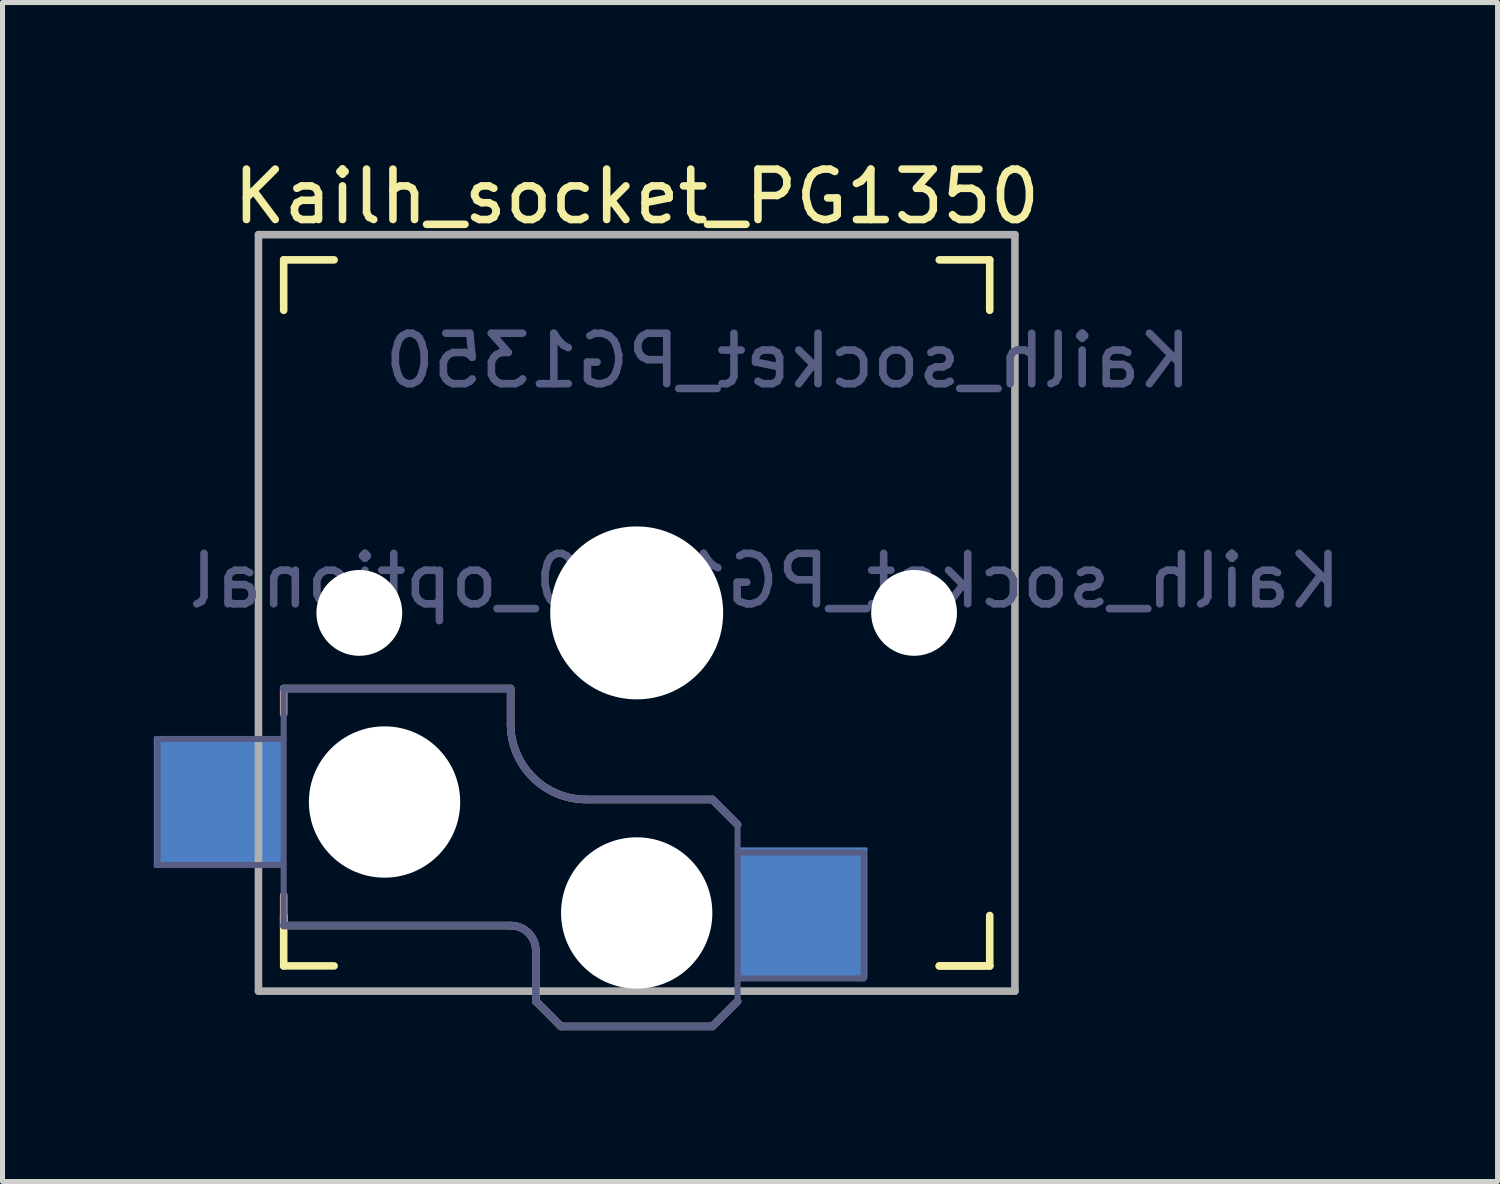
<source format=kicad_pcb>
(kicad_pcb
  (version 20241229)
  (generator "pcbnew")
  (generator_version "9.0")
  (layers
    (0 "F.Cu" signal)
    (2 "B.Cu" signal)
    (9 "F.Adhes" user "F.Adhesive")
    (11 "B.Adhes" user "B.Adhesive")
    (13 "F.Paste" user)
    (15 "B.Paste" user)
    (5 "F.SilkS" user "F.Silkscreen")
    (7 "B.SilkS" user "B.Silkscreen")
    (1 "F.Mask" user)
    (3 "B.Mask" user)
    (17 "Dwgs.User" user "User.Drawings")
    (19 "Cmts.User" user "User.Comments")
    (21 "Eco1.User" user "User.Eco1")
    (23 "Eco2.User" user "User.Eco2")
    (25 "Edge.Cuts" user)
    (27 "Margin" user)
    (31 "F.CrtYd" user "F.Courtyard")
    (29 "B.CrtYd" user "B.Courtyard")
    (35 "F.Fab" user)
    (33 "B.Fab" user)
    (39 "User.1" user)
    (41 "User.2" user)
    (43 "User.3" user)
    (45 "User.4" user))
  (footprint "Kailh_socket_PG1350"
    (layer "F.Cu")
    (at 9.575 9.103)
    (property "Reference" "Kailh_socket_PG1350" (at 0 -8.255 180) (layer "F.SilkS") (effects (font (size 1 1) (thickness 0.15))))
    (property "Value" "Kailh_socket_PG1350_optional" (at 0 8.25 180) (layer "F.Fab") (hide yes) (effects (font (size 1 1) (thickness 0.15))))
    (attr smd)
    (fp_line (start -7 -6) (end -7 -7) (stroke (width 0.15) (type solid)) (layer "F.SilkS"))
    (fp_line (start -7 7) (end -7 6) (stroke (width 0.15) (type solid)) (layer "F.SilkS"))
    (fp_line (start -7 7) (end -6 7) (stroke (width 0.15) (type solid)) (layer "F.SilkS"))
    (fp_line (start -6 -7) (end -7 -7) (stroke (width 0.15) (type solid)) (layer "F.SilkS"))
    (fp_line (start 6 7) (end 7 7) (stroke (width 0.15) (type solid)) (layer "F.SilkS"))
    (fp_line (start 7 -7) (end 6 -7) (stroke (width 0.15) (type solid)) (layer "F.SilkS"))
    (fp_line (start 7 -7) (end 7 -6) (stroke (width 0.15) (type solid)) (layer "F.SilkS"))
    (fp_line (start 7 6) (end 7 7) (stroke (width 0.15) (type solid)) (layer "F.SilkS"))
    (fp_line (start 7 7) (end 6 7) (stroke (width 0.15) (type solid)) (layer "F.SilkS"))
    (fp_line (start -7 1.5) (end -7 2) (stroke (width 0.15) (type solid)) (layer "B.SilkS"))
    (fp_line (start -7 5.6) (end -7 6.2) (stroke (width 0.15) (type solid)) (layer "B.SilkS"))
    (fp_line (start -7 6.2) (end -2.5 6.2) (stroke (width 0.15) (type solid)) (layer "B.SilkS"))
    (fp_line (start -2.5 1.5) (end -7 1.5) (stroke (width 0.15) (type solid)) (layer "B.SilkS"))
    (fp_line (start -2.5 2.2) (end -2.5 1.5) (stroke (width 0.15) (type solid)) (layer "B.SilkS"))
    (fp_line (start -2 6.7) (end -2 7.7) (stroke (width 0.15) (type solid)) (layer "B.SilkS"))
    (fp_line (start -1.5 8.2) (end -2 7.7) (stroke (width 0.15) (type solid)) (layer "B.SilkS"))
    (fp_line (start 1.5 3.7) (end -1 3.7) (stroke (width 0.15) (type solid)) (layer "B.SilkS"))
    (fp_line (start 1.5 8.2) (end -1.5 8.2) (stroke (width 0.15) (type solid)) (layer "B.SilkS"))
    (fp_line (start 2 4.2) (end 1.5 3.7) (stroke (width 0.15) (type solid)) (layer "B.SilkS"))
    (fp_line (start 2 7.7) (end 1.5 8.2) (stroke (width 0.15) (type solid)) (layer "B.SilkS"))
    (fp_arc (start -2.5 6.2) (mid -2.146447 6.346447) (end -2 6.7) (stroke (width 0.15) (type solid)) (layer "B.SilkS"))
    (fp_arc (start -1 3.7) (mid -2.06066 3.26066) (end -2.5 2.2) (stroke (width 0.15) (type solid)) (layer "B.SilkS"))
    (fp_line (start -6.9 6.9) (end -6.9 -6.9) (stroke (width 0.15) (type solid)) (layer "Eco2.User"))
    (fp_line (start -6.9 6.9) (end 6.9 6.9) (stroke (width 0.15) (type solid)) (layer "Eco2.User"))
    (fp_line (start -2.6 -3.1) (end -2.6 -6.3) (stroke (width 0.15) (type solid)) (layer "Eco2.User"))
    (fp_line (start -2.6 -3.1) (end 2.6 -3.1) (stroke (width 0.15) (type solid)) (layer "Eco2.User"))
    (fp_line (start 2.6 -6.3) (end -2.6 -6.3) (stroke (width 0.15) (type solid)) (layer "Eco2.User"))
    (fp_line (start 2.6 -3.1) (end 2.6 -6.3) (stroke (width 0.15) (type solid)) (layer "Eco2.User"))
    (fp_line (start 6.9 -6.9) (end -6.9 -6.9) (stroke (width 0.15) (type solid)) (layer "Eco2.User"))
    (fp_line (start 6.9 -6.9) (end 6.9 6.9) (stroke (width 0.15) (type solid)) (layer "Eco2.User"))
    (fp_line (start -9.5 2.5) (end -7 2.5) (stroke (width 0.12) (type solid)) (layer "B.Fab"))
    (fp_line (start -9.5 5) (end -9.5 2.5) (stroke (width 0.12) (type solid)) (layer "B.Fab"))
    (fp_line (start -7 1.5) (end -7 6.2) (stroke (width 0.12) (type solid)) (layer "B.Fab"))
    (fp_line (start -7 5) (end -9.5 5) (stroke (width 0.12) (type solid)) (layer "B.Fab"))
    (fp_line (start -7 6.2) (end -2.5 6.2) (stroke (width 0.15) (type solid)) (layer "B.Fab"))
    (fp_line (start -2.5 1.5) (end -7 1.5) (stroke (width 0.15) (type solid)) (layer "B.Fab"))
    (fp_line (start -2.5 2.2) (end -2.5 1.5) (stroke (width 0.15) (type solid)) (layer "B.Fab"))
    (fp_line (start -2 6.7) (end -2 7.7) (stroke (width 0.15) (type solid)) (layer "B.Fab"))
    (fp_line (start -1.5 8.2) (end -2 7.7) (stroke (width 0.15) (type solid)) (layer "B.Fab"))
    (fp_line (start 1.5 3.7) (end -1 3.7) (stroke (width 0.15) (type solid)) (layer "B.Fab"))
    (fp_line (start 1.5 8.2) (end -1.5 8.2) (stroke (width 0.15) (type solid)) (layer "B.Fab"))
    (fp_line (start 2 4.2) (end 1.5 3.7) (stroke (width 0.15) (type solid)) (layer "B.Fab"))
    (fp_line (start 2 4.25) (end 2 7.7) (stroke (width 0.12) (type solid)) (layer "B.Fab"))
    (fp_line (start 2 4.75) (end 4.5 4.75) (stroke (width 0.12) (type solid)) (layer "B.Fab"))
    (fp_line (start 2 7.7) (end 1.5 8.2) (stroke (width 0.15) (type solid)) (layer "B.Fab"))
    (fp_line (start 4.5 4.75) (end 4.5 7.25) (stroke (width 0.12) (type solid)) (layer "B.Fab"))
    (fp_line (start 4.5 7.25) (end 2 7.25) (stroke (width 0.12) (type solid)) (layer "B.Fab"))
    (fp_arc (start -2.5 6.2) (mid -2.146447 6.346447) (end -2 6.7) (stroke (width 0.15) (type solid)) (layer "B.Fab"))
    (fp_arc (start -1 3.7) (mid -2.06066 3.26066) (end -2.5 2.2) (stroke (width 0.15) (type solid)) (layer "B.Fab"))
    (fp_line (start -7.5 -7.5) (end 7.5 -7.5) (stroke (width 0.15) (type solid)) (layer "F.Fab"))
    (fp_line (start -7.5 7.5) (end -7.5 -7.5) (stroke (width 0.15) (type solid)) (layer "F.Fab"))
    (fp_line (start 7.5 -7.5) (end 7.5 7.5) (stroke (width 0.15) (type solid)) (layer "F.Fab"))
    (fp_line (start 7.5 7.5) (end -7.5 7.5) (stroke (width 0.15) (type solid)) (layer "F.Fab"))
    (fp_text user "${VALUE}" (at 2.54 -0.635 180) (layer "B.Fab") (effects (font (size 1 1) (thickness 0.15)) (justify mirror)))
    (fp_text user "${REFERENCE}" (at 3 -5 0) (layer "B.Fab") (effects (font (size 1 1) (thickness 0.15)) (justify mirror)))
    (pad "" np_thru_hole circle (at -5.5 0) (size 1.702 1.702) (drill 1.702) (layers "*.Cu" "*.Mask"))
    (pad "" np_thru_hole circle (at -5 3.75) (size 3 3) (drill 3) (layers "*.Cu" "*.Mask"))
    (pad "" np_thru_hole circle (at 0 0) (size 3.429 3.429) (drill 3.429) (layers "*.Cu" "*.Mask"))
    (pad "" np_thru_hole circle (at 0 5.95) (size 3 3) (drill 3) (layers "*.Cu" "*.Mask"))
    (pad "" np_thru_hole circle (at 5.5 0) (size 1.702 1.702) (drill 1.702) (layers "*.Cu" "*.Mask"))
    (pad "1" smd rect (at 3.275 5.95) (size 2.6 2.6) (layers "B.Cu" "B.Mask" "B.Paste"))
    (pad "2" smd rect (at -8.275 3.75) (size 2.6 2.6) (layers "B.Cu" "B.Mask" "B.Paste")))
  (gr_rect
    (start -3 -3)
    (end 26.645 20.378)
    (stroke (width 0.1) (type default))
    (fill no)
    (layer "Edge.Cuts")))
</source>
